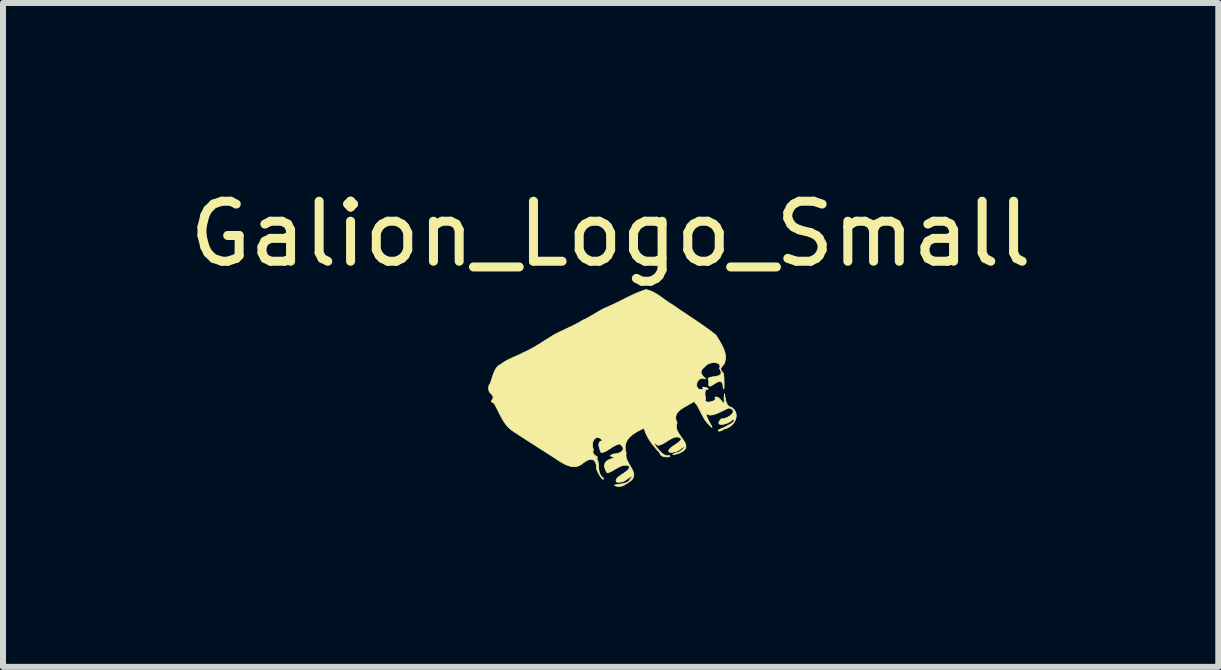
<source format=kicad_pcb>
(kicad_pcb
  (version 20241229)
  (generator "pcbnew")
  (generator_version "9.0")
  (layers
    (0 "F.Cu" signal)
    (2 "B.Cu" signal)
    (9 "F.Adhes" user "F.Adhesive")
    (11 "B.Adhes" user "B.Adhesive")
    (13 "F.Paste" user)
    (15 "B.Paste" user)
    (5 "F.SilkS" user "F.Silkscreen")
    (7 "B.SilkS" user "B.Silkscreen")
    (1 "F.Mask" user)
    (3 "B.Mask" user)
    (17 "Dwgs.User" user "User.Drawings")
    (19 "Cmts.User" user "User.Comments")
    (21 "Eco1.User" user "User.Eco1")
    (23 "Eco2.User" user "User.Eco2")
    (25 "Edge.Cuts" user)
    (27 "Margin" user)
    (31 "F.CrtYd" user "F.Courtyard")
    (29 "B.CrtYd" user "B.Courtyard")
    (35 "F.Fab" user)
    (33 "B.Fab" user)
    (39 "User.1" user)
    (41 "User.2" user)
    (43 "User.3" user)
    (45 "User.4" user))
  (footprint "Galion_Logo_Small"
    (layer "F.Cu")
    (at 7.112 4.188)
    (property "Reference" "Galion_Logo_Small" (at 0.013 -3.34 0) (layer "F.SilkS") (effects (font (size 1 1) (thickness 0.15))))
    (attr through_hole)
    (fp_poly (pts (xy 0.752 -0.697) (xy 0.751 -0.702) (xy 0.75 -0.707) (xy 0.751 -0.711) (xy 0.752 -0.714) (xy 0.754 -0.716) (xy 0.756 -0.718) (xy 0.759 -0.718) (xy 0.762 -0.719) (xy 0.765 -0.718) (xy 0.768 -0.717) (xy 0.772 -0.716) (xy 0.776 -0.714) (xy 0.783 -0.71) (xy 0.79 -0.705) (xy 0.796 -0.7) (xy 0.798 -0.697) (xy 0.8 -0.695) (xy 0.801 -0.693) (xy 0.801 -0.691) (xy 0.801 -0.689) (xy 0.8 -0.687) (xy 0.798 -0.687) (xy 0.795 -0.686) (xy 0.791 -0.686) (xy 0.785 -0.687) (xy 0.779 -0.688) (xy 0.771 -0.69) (xy 0.762 -0.693) (xy 0.752 -0.697) (xy 0.752 -0.697)) (stroke (width 0.012) (type solid)) (fill yes) (layer "F.SilkS"))
    (fp_poly (pts (xy 0.197 0.42) (xy 0.21 0.415) (xy 0.22 0.41) (xy 0.228 0.404) (xy 0.234 0.398) (xy 0.238 0.393) (xy 0.239 0.387) (xy 0.239 0.382) (xy 0.237 0.376) (xy 0.234 0.371) (xy 0.229 0.366) (xy 0.223 0.362) (xy 0.217 0.357) (xy 0.209 0.353) (xy 0.201 0.35) (xy 0.183 0.345) (xy 0.174 0.343) (xy 0.164 0.342) (xy 0.155 0.342) (xy 0.147 0.342) (xy 0.138 0.343) (xy 0.131 0.346) (xy 0.124 0.349) (xy 0.118 0.353) (xy 0.114 0.358) (xy 0.111 0.364) (xy 0.109 0.371) (xy 0.109 0.38) (xy 0.111 0.39) (xy 0.114 0.401) (xy 0.12 0.413) (xy 0.128 0.427) (xy 0.137 0.428) (xy 0.146 0.429) (xy 0.155 0.43) (xy 0.159 0.43) (xy 0.164 0.43) (xy 0.168 0.43) (xy 0.173 0.43) (xy 0.177 0.429) (xy 0.181 0.428) (xy 0.183 0.428) (xy 0.185 0.427) (xy 0.187 0.426) (xy 0.189 0.425) (xy 0.191 0.424) (xy 0.193 0.423) (xy 0.195 0.422) (xy 0.197 0.42)) (stroke (width 0.012) (type solid)) (fill yes) (layer "F.SilkS"))
    (fp_poly (pts (xy 0.707 -0.339) (xy 0.713 -0.338) (xy 0.719 -0.339) (xy 0.723 -0.339) (xy 0.727 -0.34) (xy 0.729 -0.342) (xy 0.731 -0.343) (xy 0.733 -0.345) (xy 0.733 -0.347) (xy 0.733 -0.35) (xy 0.733 -0.352) (xy 0.732 -0.355) (xy 0.731 -0.358) (xy 0.728 -0.364) (xy 0.724 -0.371) (xy 0.721 -0.378) (xy 0.718 -0.384) (xy 0.717 -0.388) (xy 0.717 -0.391) (xy 0.717 -0.394) (xy 0.717 -0.397) (xy 0.719 -0.4) (xy 0.72 -0.402) (xy 0.723 -0.405) (xy 0.727 -0.407) (xy 0.731 -0.408) (xy 0.736 -0.41) (xy 0.743 -0.411) (xy 0.75 -0.412) (xy 0.732 -0.413) (xy 0.712 -0.413) (xy 0.69 -0.412) (xy 0.667 -0.41) (xy 0.643 -0.407) (xy 0.621 -0.403) (xy 0.6 -0.398) (xy 0.582 -0.393) (xy 0.566 -0.386) (xy 0.56 -0.382) (xy 0.555 -0.378) (xy 0.551 -0.374) (xy 0.549 -0.37) (xy 0.547 -0.365) (xy 0.548 -0.36) (xy 0.55 -0.355) (xy 0.554 -0.35) (xy 0.559 -0.344) (xy 0.567 -0.338) (xy 0.576 -0.332) (xy 0.588 -0.326) (xy 0.602 -0.319) (xy 0.618 -0.312) (xy 0.621 -0.308) (xy 0.624 -0.304) (xy 0.626 -0.301) (xy 0.629 -0.298) (xy 0.631 -0.297) (xy 0.634 -0.296) (xy 0.636 -0.296) (xy 0.639 -0.296) (xy 0.641 -0.297) (xy 0.644 -0.298) (xy 0.646 -0.299) (xy 0.648 -0.301) (xy 0.653 -0.306) (xy 0.658 -0.312) (xy 0.668 -0.324) (xy 0.674 -0.33) (xy 0.676 -0.333) (xy 0.679 -0.335) (xy 0.682 -0.337) (xy 0.685 -0.339) (xy 0.689 -0.34) (xy 0.692 -0.341) (xy 0.695 -0.341) (xy 0.699 -0.341) (xy 0.703 -0.34) (xy 0.707 -0.339)) (stroke (width 0.012) (type solid)) (fill yes) (layer "F.SilkS"))
    (fp_poly (pts (xy -0.254 -0.177) (xy -0.263 -0.184) (xy -0.27 -0.191) (xy -0.274 -0.197) (xy -0.277 -0.202) (xy -0.279 -0.207) (xy -0.278 -0.211) (xy -0.277 -0.214) (xy -0.273 -0.217) (xy -0.269 -0.22) (xy -0.264 -0.222) (xy -0.251 -0.226) (xy -0.235 -0.229) (xy -0.217 -0.232) (xy -0.198 -0.234) (xy -0.18 -0.238) (xy -0.163 -0.242) (xy -0.155 -0.244) (xy -0.147 -0.247) (xy -0.141 -0.251) (xy -0.135 -0.255) (xy -0.131 -0.259) (xy -0.127 -0.264) (xy -0.125 -0.27) (xy -0.124 -0.277) (xy -0.125 -0.284) (xy -0.127 -0.292) (xy -0.115 -0.284) (xy -0.103 -0.278) (xy -0.093 -0.274) (xy -0.083 -0.271) (xy -0.075 -0.269) (xy -0.068 -0.269) (xy -0.062 -0.27) (xy -0.057 -0.272) (xy -0.053 -0.275) (xy -0.05 -0.279) (xy -0.048 -0.284) (xy -0.046 -0.289) (xy -0.046 -0.294) (xy -0.047 -0.3) (xy -0.048 -0.306) (xy -0.05 -0.312) (xy -0.053 -0.318) (xy -0.057 -0.324) (xy -0.062 -0.329) (xy -0.067 -0.334) (xy -0.073 -0.339) (xy -0.08 -0.343) (xy -0.087 -0.345) (xy -0.095 -0.347) (xy -0.104 -0.348) (xy -0.113 -0.348) (xy -0.123 -0.346) (xy -0.133 -0.343) (xy -0.144 -0.338) (xy -0.156 -0.332) (xy -0.167 -0.324) (xy -0.18 -0.313) (xy -0.253 -0.276) (xy -0.272 -0.266) (xy -0.289 -0.255) (xy -0.305 -0.245) (xy -0.318 -0.235) (xy -0.323 -0.231) (xy -0.328 -0.226) (xy -0.332 -0.221) (xy -0.334 -0.217) (xy -0.336 -0.212) (xy -0.336 -0.208) (xy -0.335 -0.204) (xy -0.332 -0.2) (xy -0.329 -0.196) (xy -0.323 -0.193) (xy -0.316 -0.189) (xy -0.308 -0.186) (xy -0.297 -0.183) (xy -0.285 -0.181) (xy -0.271 -0.179) (xy -0.254 -0.177)) (stroke (width 0.012) (type solid)) (fill yes) (layer "F.SilkS"))
    (fp_poly (pts (xy 1.461 -1.119) (xy 1.477 -1.127) (xy 1.5 -1.139) (xy 1.512 -1.146) (xy 1.523 -1.154) (xy 1.535 -1.161) (xy 1.545 -1.169) (xy 1.554 -1.176) (xy 1.56 -1.183) (xy 1.562 -1.186) (xy 1.564 -1.189) (xy 1.565 -1.191) (xy 1.565 -1.194) (xy 1.564 -1.196) (xy 1.562 -1.198) (xy 1.559 -1.199) (xy 1.555 -1.2) (xy 1.55 -1.201) (xy 1.543 -1.201) (xy 1.536 -1.201) (xy 1.527 -1.2) (xy 1.557 -1.218) (xy 1.576 -1.232) (xy 1.582 -1.237) (xy 1.585 -1.241) (xy 1.586 -1.245) (xy 1.585 -1.247) (xy 1.583 -1.249) (xy 1.579 -1.25) (xy 1.566 -1.249) (xy 1.55 -1.247) (xy 1.531 -1.242) (xy 1.511 -1.235) (xy 1.492 -1.227) (xy 1.474 -1.218) (xy 1.459 -1.209) (xy 1.454 -1.204) (xy 1.449 -1.2) (xy 1.447 -1.195) (xy 1.446 -1.191) (xy 1.447 -1.186) (xy 1.45 -1.182) (xy 1.455 -1.178) (xy 1.463 -1.175) (xy 1.475 -1.175) (xy 1.479 -1.174) (xy 1.48 -1.173) (xy 1.481 -1.172) (xy 1.479 -1.171) (xy 1.474 -1.169) (xy 1.423 -1.153) (xy 1.409 -1.147) (xy 1.397 -1.142) (xy 1.387 -1.136) (xy 1.383 -1.133) (xy 1.381 -1.13) (xy 1.379 -1.126) (xy 1.379 -1.123) (xy 1.381 -1.12) (xy 1.384 -1.117) (xy 1.388 -1.113) (xy 1.395 -1.11) (xy 1.403 -1.106) (xy 1.414 -1.103) (xy 1.417 -1.103) (xy 1.42 -1.102) (xy 1.423 -1.102) (xy 1.427 -1.102) (xy 1.43 -1.102) (xy 1.434 -1.102) (xy 1.437 -1.103) (xy 1.44 -1.104) (xy 1.444 -1.104) (xy 1.447 -1.106) (xy 1.448 -1.106) (xy 1.45 -1.107) (xy 1.451 -1.108) (xy 1.453 -1.109) (xy 1.454 -1.11) (xy 1.455 -1.111) (xy 1.456 -1.112) (xy 1.457 -1.113) (xy 1.458 -1.115) (xy 1.459 -1.116) (xy 1.46 -1.117) (xy 1.461 -1.119)) (stroke (width 0.012) (type solid)) (fill yes) (layer "F.SilkS"))
    (fp_poly (pts (xy 0 0) (xy -0.008 -0.006) (xy -0.015 -0.012) (xy -0.021 -0.017) (xy -0.027 -0.022) (xy -0.031 -0.027) (xy -0.035 -0.031) (xy -0.039 -0.035) (xy -0.041 -0.039) (xy -0.043 -0.042) (xy -0.044 -0.045) (xy -0.045 -0.047) (xy -0.045 -0.05) (xy -0.045 -0.051) (xy -0.044 -0.053) (xy -0.043 -0.054) (xy -0.041 -0.055) (xy -0.039 -0.056) (xy -0.036 -0.057) (xy -0.033 -0.057) (xy -0.03 -0.057) (xy -0.026 -0.057) (xy -0.022 -0.056) (xy -0.013 -0.055) (xy -0.004 -0.052) (xy 0.007 -0.049) (xy 0.018 -0.045) (xy 0.029 -0.041) (xy 0.038 -0.048) (xy 0.048 -0.055) (xy 0.058 -0.063) (xy 0.067 -0.071) (xy 0.076 -0.08) (xy 0.085 -0.089) (xy 0.089 -0.094) (xy 0.092 -0.099) (xy 0.095 -0.104) (xy 0.098 -0.109) (xy 0.1 -0.114) (xy 0.102 -0.119) (xy 0.103 -0.125) (xy 0.104 -0.13) (xy 0.104 -0.135) (xy 0.104 -0.141) (xy 0.103 -0.146) (xy 0.101 -0.151) (xy 0.098 -0.157) (xy 0.095 -0.162) (xy 0.091 -0.168) (xy 0.086 -0.173) (xy 0.081 -0.179) (xy 0.074 -0.184) (xy 0.066 -0.189) (xy 0.058 -0.195) (xy 0.057 -0.205) (xy 0.055 -0.215) (xy 0.052 -0.222) (xy 0.048 -0.229) (xy 0.042 -0.234) (xy 0.035 -0.238) (xy 0.028 -0.241) (xy 0.019 -0.243) (xy 0.01 -0.244) (xy -0.000351 -0.244) (xy -0.011 -0.243) (xy -0.022 -0.241) (xy -0.034 -0.238) (xy -0.046 -0.235) (xy -0.059 -0.231) (xy -0.072 -0.226) (xy -0.098 -0.215) (xy -0.124 -0.202) (xy -0.149 -0.188) (xy -0.173 -0.173) (xy -0.195 -0.157) (xy -0.215 -0.141) (xy -0.232 -0.126) (xy -0.238 -0.119) (xy -0.244 -0.112) (xy -0.23 -0.078) (xy -0.223 -0.064) (xy -0.217 -0.05) (xy -0.21 -0.038) (xy -0.203 -0.027) (xy -0.199 -0.021) (xy -0.196 -0.017) (xy -0.192 -0.012) (xy -0.187 -0.008) (xy -0.183 -0.005) (xy -0.178 -0.002) (xy -0.173 0.001) (xy -0.167 0.004) (xy -0.161 0.006) (xy -0.155 0.008) (xy -0.148 0.009) (xy -0.141 0.01) (xy -0.133 0.011) (xy -0.124 0.011) (xy -0.115 0.011) (xy -0.106 0.011) (xy -0.096 0.01) (xy -0.085 0.008) (xy -0.074 0.006) (xy -0.061 0.004) (xy -0.03 0.003) (xy 0 -0.000001) (xy 0 0)) (stroke (width 0.012) (type solid)) (fill yes) (layer "F.SilkS"))
    (fp_poly (pts (xy 0.723 -0.466) (xy 0.728 -0.467) (xy 0.734 -0.469) (xy 0.746 -0.474) (xy 0.758 -0.48) (xy 0.772 -0.487) (xy 0.831 -0.521) (xy 0.848 -0.53) (xy 0.865 -0.538) (xy 0.882 -0.546) (xy 0.9 -0.553) (xy 0.918 -0.559) (xy 0.927 -0.562) (xy 0.936 -0.564) (xy 0.946 -0.566) (xy 0.955 -0.568) (xy 0.965 -0.569) (xy 0.975 -0.57) (xy 0.975 -0.581) (xy 0.974 -0.592) (xy 0.973 -0.602) (xy 0.972 -0.611) (xy 0.97 -0.62) (xy 0.968 -0.629) (xy 0.966 -0.637) (xy 0.963 -0.645) (xy 0.96 -0.652) (xy 0.956 -0.659) (xy 0.953 -0.666) (xy 0.949 -0.672) (xy 0.944 -0.678) (xy 0.94 -0.684) (xy 0.935 -0.689) (xy 0.93 -0.694) (xy 0.92 -0.704) (xy 0.909 -0.713) (xy 0.898 -0.721) (xy 0.886 -0.729) (xy 0.839 -0.759) (xy 0.838 -0.773) (xy 0.836 -0.786) (xy 0.832 -0.796) (xy 0.828 -0.805) (xy 0.822 -0.812) (xy 0.815 -0.817) (xy 0.807 -0.82) (xy 0.799 -0.823) (xy 0.789 -0.823) (xy 0.779 -0.823) (xy 0.768 -0.821) (xy 0.756 -0.818) (xy 0.744 -0.815) (xy 0.731 -0.81) (xy 0.718 -0.804) (xy 0.704 -0.798) (xy 0.676 -0.783) (xy 0.647 -0.767) (xy 0.618 -0.749) (xy 0.59 -0.731) (xy 0.536 -0.695) (xy 0.511 -0.68) (xy 0.489 -0.667) (xy 0.484 -0.657) (xy 0.48 -0.649) (xy 0.477 -0.642) (xy 0.476 -0.636) (xy 0.475 -0.63) (xy 0.476 -0.626) (xy 0.477 -0.623) (xy 0.479 -0.621) (xy 0.482 -0.619) (xy 0.486 -0.618) (xy 0.49 -0.617) (xy 0.494 -0.617) (xy 0.504 -0.617) (xy 0.514 -0.618) (xy 0.524 -0.618) (xy 0.533 -0.618) (xy 0.537 -0.618) (xy 0.541 -0.617) (xy 0.544 -0.615) (xy 0.546 -0.613) (xy 0.547 -0.61) (xy 0.548 -0.606) (xy 0.547 -0.601) (xy 0.546 -0.595) (xy 0.543 -0.589) (xy 0.539 -0.58) (xy 0.534 -0.571) (xy 0.527 -0.56) (xy 0.573 -0.531) (xy 0.583 -0.525) (xy 0.591 -0.52) (xy 0.598 -0.517) (xy 0.604 -0.514) (xy 0.606 -0.514) (xy 0.608 -0.514) (xy 0.609 -0.514) (xy 0.61 -0.515) (xy 0.611 -0.517) (xy 0.611 -0.518) (xy 0.61 -0.521) (xy 0.609 -0.524) (xy 0.605 -0.532) (xy 0.599 -0.542) (xy 0.59 -0.555) (xy 0.579 -0.571) (xy 0.587 -0.574) (xy 0.595 -0.576) (xy 0.602 -0.577) (xy 0.609 -0.577) (xy 0.615 -0.576) (xy 0.62 -0.575) (xy 0.625 -0.572) (xy 0.63 -0.57) (xy 0.634 -0.566) (xy 0.638 -0.562) (xy 0.641 -0.557) (xy 0.644 -0.553) (xy 0.646 -0.547) (xy 0.649 -0.542) (xy 0.652 -0.53) (xy 0.655 -0.518) (xy 0.657 -0.506) (xy 0.661 -0.485) (xy 0.662 -0.477) (xy 0.664 -0.471) (xy 0.665 -0.469) (xy 0.666 -0.467) (xy 0.668 -0.467) (xy 0.67 -0.467) (xy 0.702 -0.474) (xy 0.723 -0.466)) (stroke (width 0.012) (type solid)) (fill yes) (layer "F.SilkS"))
    (fp_poly (pts (xy 1.017 -0.021) (xy 1.021 -0.025) (xy 1.024 -0.028) (xy 1.028 -0.03) (xy 1.032 -0.031) (xy 1.036 -0.032) (xy 1.041 -0.032) (xy 1.045 -0.031) (xy 1.05 -0.031) (xy 1.055 -0.029) (xy 1.06 -0.028) (xy 1.069 -0.024) (xy 1.087 -0.017) (xy 1.095 -0.014) (xy 1.098 -0.013) (xy 1.101 -0.013) (xy 1.103 -0.013) (xy 1.105 -0.014) (xy 1.107 -0.015) (xy 1.108 -0.018) (xy 1.109 -0.021) (xy 1.109 -0.025) (xy 1.108 -0.03) (xy 1.107 -0.036) (xy 1.105 -0.043) (xy 1.102 -0.051) (xy 1.098 -0.061) (xy 1.094 -0.072) (xy 1.092 -0.109) (xy 1.089 -0.157) (xy 1.083 -0.213) (xy 1.075 -0.268) (xy 1.071 -0.294) (xy 1.066 -0.318) (xy 1.061 -0.34) (xy 1.055 -0.357) (xy 1.049 -0.371) (xy 1.046 -0.376) (xy 1.043 -0.38) (xy 1.04 -0.382) (xy 1.036 -0.383) (xy 1.033 -0.382) (xy 1.029 -0.379) (xy 1.025 -0.368) (xy 1.019 -0.358) (xy 1.012 -0.349) (xy 1.005 -0.34) (xy 0.997 -0.333) (xy 0.988 -0.326) (xy 0.978 -0.319) (xy 0.968 -0.313) (xy 0.946 -0.303) (xy 0.923 -0.293) (xy 0.875 -0.276) (xy 0.851 -0.267) (xy 0.828 -0.256) (xy 0.817 -0.251) (xy 0.807 -0.245) (xy 0.797 -0.238) (xy 0.787 -0.231) (xy 0.778 -0.223) (xy 0.77 -0.215) (xy 0.763 -0.205) (xy 0.757 -0.195) (xy 0.752 -0.184) (xy 0.747 -0.172) (xy 0.744 -0.158) (xy 0.742 -0.144) (xy 0.734 -0.131) (xy 0.728 -0.12) (xy 0.725 -0.109) (xy 0.723 -0.099) (xy 0.723 -0.09) (xy 0.725 -0.082) (xy 0.728 -0.075) (xy 0.733 -0.069) (xy 0.738 -0.063) (xy 0.745 -0.059) (xy 0.753 -0.055) (xy 0.761 -0.052) (xy 0.77 -0.049) (xy 0.78 -0.048) (xy 0.79 -0.047) (xy 0.8 -0.047) (xy 0.811 -0.048) (xy 0.821 -0.049) (xy 0.831 -0.051) (xy 0.841 -0.053) (xy 0.851 -0.057) (xy 0.86 -0.06) (xy 0.868 -0.065) (xy 0.875 -0.07) (xy 0.882 -0.075) (xy 0.887 -0.081) (xy 0.891 -0.088) (xy 0.893 -0.095) (xy 0.895 -0.102) (xy 0.894 -0.11) (xy 0.891 -0.119) (xy 0.887 -0.127) (xy 0.892 -0.128) (xy 0.897 -0.128) (xy 0.902 -0.128) (xy 0.905 -0.127) (xy 0.909 -0.126) (xy 0.912 -0.124) (xy 0.915 -0.122) (xy 0.917 -0.12) (xy 0.92 -0.117) (xy 0.922 -0.115) (xy 0.924 -0.112) (xy 0.925 -0.109) (xy 0.933 -0.096) (xy 0.937 -0.089) (xy 0.939 -0.086) (xy 0.942 -0.082) (xy 0.945 -0.079) (xy 0.948 -0.076) (xy 0.952 -0.073) (xy 0.956 -0.071) (xy 0.961 -0.068) (xy 0.966 -0.066) (xy 0.972 -0.065) (xy 0.978 -0.063) (xy 0.985 -0.062) (xy 0.992 -0.061) (xy 1.001 -0.061) (xy 1.01 -0.061) (xy 1.01 -0.062) (xy 1.009 -0.061) (xy 1.008 -0.059) (xy 1.007 -0.055) (xy 1.005 -0.05) (xy 1.002 -0.037) (xy 1.001 -0.031) (xy 0.999 -0.024) (xy 0.999 -0.018) (xy 0.999 -0.013) (xy 0.999 -0.011) (xy 0.999 -0.009) (xy 1 -0.008) (xy 1.001 -0.007) (xy 1.002 -0.007) (xy 1.003 -0.007) (xy 1.005 -0.007) (xy 1.007 -0.009) (xy 1.009 -0.011) (xy 1.011 -0.013) (xy 1.014 -0.017) (xy 1.017 -0.021)) (stroke (width 0.012) (type solid)) (fill yes) (layer "F.SilkS"))
    (fp_poly (pts (xy 0.116 0.864) (xy 0.093 0.857) (xy 0.086 0.854) (xy 0.081 0.852) (xy 0.079 0.85) (xy 0.078 0.848) (xy 0.079 0.846) (xy 0.083 0.844) (xy 0.094 0.841) (xy 0.111 0.838) (xy 0.156 0.831) (xy 0.182 0.827) (xy 0.21 0.823) (xy 0.237 0.817) (xy 0.262 0.81) (xy 0.274 0.805) (xy 0.285 0.801) (xy 0.296 0.796) (xy 0.305 0.79) (xy 0.313 0.784) (xy 0.319 0.777) (xy 0.324 0.77) (xy 0.328 0.762) (xy 0.348 0.737) (xy 0.362 0.718) (xy 0.366 0.71) (xy 0.37 0.705) (xy 0.372 0.7) (xy 0.372 0.697) (xy 0.372 0.695) (xy 0.371 0.694) (xy 0.371 0.694) (xy 0.368 0.694) (xy 0.365 0.694) (xy 0.36 0.696) (xy 0.356 0.699) (xy 0.344 0.706) (xy 0.232 0.783) (xy 0.212 0.788) (xy 0.186 0.793) (xy 0.173 0.796) (xy 0.159 0.797) (xy 0.146 0.798) (xy 0.134 0.798) (xy 0.129 0.797) (xy 0.123 0.796) (xy 0.119 0.795) (xy 0.115 0.793) (xy 0.111 0.79) (xy 0.108 0.788) (xy 0.106 0.784) (xy 0.104 0.78) (xy 0.103 0.776) (xy 0.104 0.771) (xy 0.105 0.765) (xy 0.106 0.758) (xy 0.109 0.751) (xy 0.113 0.743) (xy 0.119 0.735) (xy 0.125 0.725) (xy 0.142 0.71) (xy 0.16 0.697) (xy 0.178 0.683) (xy 0.197 0.67) (xy 0.234 0.646) (xy 0.252 0.634) (xy 0.268 0.622) (xy 0.283 0.61) (xy 0.296 0.598) (xy 0.307 0.587) (xy 0.312 0.581) (xy 0.316 0.575) (xy 0.319 0.569) (xy 0.321 0.562) (xy 0.323 0.556) (xy 0.323 0.55) (xy 0.323 0.543) (xy 0.322 0.537) (xy 0.32 0.53) (xy 0.317 0.524) (xy 0.304 0.519) (xy 0.292 0.516) (xy 0.279 0.514) (xy 0.266 0.513) (xy 0.253 0.513) (xy 0.241 0.515) (xy 0.228 0.516) (xy 0.216 0.519) (xy 0.203 0.523) (xy 0.191 0.527) (xy 0.167 0.537) (xy 0.143 0.548) (xy 0.119 0.561) (xy 0.031 0.613) (xy 0.01 0.623) (xy -0.01 0.632) (xy -0.019 0.635) (xy -0.028 0.637) (xy -0.037 0.639) (xy -0.046 0.639) (xy -0.057 0.621) (xy -0.067 0.603) (xy -0.075 0.585) (xy -0.078 0.576) (xy -0.081 0.567) (xy -0.084 0.559) (xy -0.086 0.55) (xy -0.087 0.542) (xy -0.088 0.533) (xy -0.089 0.525) (xy -0.089 0.517) (xy -0.088 0.509) (xy -0.087 0.502) (xy -0.085 0.494) (xy -0.082 0.487) (xy -0.079 0.479) (xy -0.075 0.472) (xy -0.071 0.466) (xy -0.066 0.459) (xy -0.06 0.453) (xy -0.053 0.446) (xy -0.046 0.441) (xy -0.037 0.435) (xy -0.029 0.429) (xy -0.019 0.424) (xy -0.008 0.419) (xy 0.003 0.415) (xy 0.015 0.41) (xy 0.029 0.406) (xy 0.049 0.399) (xy 0.056 0.396) (xy 0.061 0.393) (xy 0.064 0.39) (xy 0.066 0.388) (xy 0.067 0.385) (xy 0.066 0.383) (xy 0.064 0.381) (xy 0.061 0.38) (xy 0.054 0.376) (xy 0.034 0.37) (xy 0.024 0.367) (xy 0.016 0.363) (xy 0.013 0.361) (xy 0.011 0.359) (xy 0.01 0.357) (xy 0.01 0.355) (xy 0.012 0.352) (xy 0.015 0.349) (xy 0.019 0.346) (xy 0.026 0.342) (xy 0.044 0.334) (xy 0.072 0.325) (xy 0.092 0.324) (xy 0.112 0.321) (xy 0.132 0.317) (xy 0.15 0.311) (xy 0.159 0.307) (xy 0.168 0.304) (xy 0.176 0.3) (xy 0.183 0.295) (xy 0.19 0.29) (xy 0.196 0.285) (xy 0.202 0.28) (xy 0.207 0.275) (xy 0.212 0.269) (xy 0.215 0.263) (xy 0.218 0.257) (xy 0.22 0.25) (xy 0.221 0.243) (xy 0.222 0.236) (xy 0.221 0.229) (xy 0.219 0.222) (xy 0.216 0.215) (xy 0.212 0.207) (xy 0.207 0.199) (xy 0.2 0.191) (xy 0.193 0.184) (xy 0.184 0.175) (xy 0.174 0.167) (xy 0.162 0.159) (xy 0.151 0.161) (xy 0.141 0.164) (xy 0.13 0.167) (xy 0.12 0.171) (xy 0.099 0.18) (xy 0.078 0.19) (xy 0.057 0.202) (xy 0.037 0.215) (xy -0.003 0.241) (xy -0.022 0.254) (xy -0.042 0.266) (xy -0.061 0.276) (xy -0.079 0.286) (xy -0.088 0.29) (xy -0.097 0.293) (xy -0.106 0.296) (xy -0.115 0.298) (xy -0.123 0.299) (xy -0.132 0.3) (xy -0.14 0.3) (xy -0.149 0.299) (xy -0.16 0.27) (xy -0.17 0.239) (xy -0.175 0.223) (xy -0.179 0.208) (xy -0.182 0.193) (xy -0.183 0.178) (xy -0.183 0.171) (xy -0.183 0.165) (xy -0.183 0.158) (xy -0.182 0.152) (xy -0.18 0.146) (xy -0.178 0.14) (xy -0.175 0.135) (xy -0.172 0.129) (xy -0.168 0.125) (xy -0.163 0.12) (xy -0.158 0.117) (xy -0.152 0.113) (xy -0.145 0.11) (xy -0.138 0.108) (xy -0.129 0.106) (xy -0.12 0.104) (xy -0.13 0.092) (xy -0.141 0.082) (xy -0.151 0.073) (xy -0.161 0.066) (xy -0.171 0.06) (xy -0.18 0.056) (xy -0.19 0.053) (xy -0.199 0.052) (xy -0.208 0.052) (xy -0.216 0.053) (xy -0.224 0.055) (xy -0.232 0.058) (xy -0.24 0.062) (xy -0.247 0.068) (xy -0.254 0.074) (xy -0.26 0.081) (xy -0.266 0.089) (xy -0.271 0.097) (xy -0.276 0.106) (xy -0.28 0.116) (xy -0.283 0.126) (xy -0.286 0.137) (xy -0.288 0.148) (xy -0.29 0.159) (xy -0.291 0.17) (xy -0.291 0.182) (xy -0.29 0.194) (xy -0.288 0.206) (xy -0.286 0.218) (xy -0.283 0.23) (xy -0.279 0.242) (xy -0.274 0.254) (xy -0.278 0.265) (xy -0.28 0.275) (xy -0.282 0.284) (xy -0.282 0.293) (xy -0.282 0.301) (xy -0.28 0.309) (xy -0.278 0.315) (xy -0.275 0.322) (xy -0.271 0.327) (xy -0.267 0.333) (xy -0.263 0.338) (xy -0.258 0.342) (xy -0.248 0.35) (xy -0.238 0.357) (xy -0.228 0.364) (xy -0.219 0.369) (xy -0.215 0.372) (xy -0.212 0.375) (xy -0.21 0.378) (xy -0.208 0.382) (xy -0.207 0.385) (xy -0.208 0.388) (xy -0.209 0.392) (xy -0.211 0.396) (xy -0.214 0.4) (xy -0.219 0.405) (xy -0.225 0.41) (xy -0.233 0.416) (xy -0.226 0.415) (xy -0.22 0.416) (xy -0.215 0.418) (xy -0.21 0.421) (xy -0.206 0.426) (xy -0.203 0.432) (xy -0.2 0.439) (xy -0.198 0.447) (xy -0.195 0.466) (xy -0.192 0.488) (xy -0.188 0.539) (xy -0.186 0.565) (xy -0.183 0.593) (xy -0.178 0.619) (xy -0.174 0.632) (xy -0.171 0.645) (xy -0.166 0.657) (xy -0.161 0.669) (xy -0.155 0.679) (xy -0.149 0.69) (xy -0.141 0.699) (xy -0.132 0.708) (xy -0.123 0.715) (xy -0.112 0.722) (xy -0.11 0.73) (xy -0.108 0.737) (xy -0.108 0.743) (xy -0.109 0.746) (xy -0.11 0.748) (xy -0.113 0.749) (xy -0.116 0.748) (xy -0.119 0.746) (xy -0.123 0.742) (xy -0.128 0.738) (xy -0.139 0.726) (xy -0.15 0.711) (xy -0.163 0.693) (xy -0.175 0.673) (xy -0.188 0.653) (xy -0.199 0.631) (xy -0.208 0.61) (xy -0.216 0.59) (xy -0.219 0.581) (xy -0.221 0.572) (xy -0.222 0.564) (xy -0.223 0.556) (xy -0.223 0.549) (xy -0.221 0.544) (xy -0.223 0.528) (xy -0.226 0.513) (xy -0.229 0.499) (xy -0.232 0.487) (xy -0.236 0.476) (xy -0.24 0.465) (xy -0.245 0.456) (xy -0.251 0.448) (xy -0.256 0.441) (xy -0.262 0.435) (xy -0.269 0.43) (xy -0.275 0.426) (xy -0.282 0.422) (xy -0.29 0.42) (xy -0.297 0.418) (xy -0.305 0.417) (xy -0.313 0.417) (xy -0.322 0.417) (xy -0.33 0.418) (xy -0.339 0.42) (xy -0.348 0.422) (xy -0.357 0.425) (xy -0.366 0.429) (xy -0.375 0.433) (xy -0.384 0.437) (xy -0.394 0.442) (xy -0.412 0.453) (xy -0.431 0.466) (xy -0.45 0.48) (xy -0.465 0.492) (xy -0.48 0.503) (xy -0.495 0.512) (xy -0.51 0.52) (xy -0.526 0.526) (xy -0.542 0.531) (xy -0.557 0.535) (xy -0.573 0.537) (xy -0.589 0.538) (xy -0.604 0.538) (xy -0.62 0.537) (xy -0.636 0.535) (xy -0.652 0.532) (xy -0.668 0.528) (xy -0.683 0.524) (xy -0.699 0.518) (xy -0.73 0.506) (xy -0.761 0.491) (xy -0.792 0.474) (xy -0.822 0.456) (xy -0.88 0.419) (xy -0.934 0.383) (xy -1.275 0.165) (xy -1.446 0.055) (xy -1.615 -0.055) (xy -1.63 -0.066) (xy -1.645 -0.077) (xy -1.659 -0.089) (xy -1.673 -0.101) (xy -1.686 -0.113) (xy -1.699 -0.126) (xy -1.722 -0.153) (xy -1.744 -0.181) (xy -1.764 -0.21) (xy -1.783 -0.24) (xy -1.8 -0.271) (xy -1.817 -0.302) (xy -1.834 -0.334) (xy -1.865 -0.397) (xy -1.897 -0.46) (xy -1.914 -0.491) (xy -1.931 -0.52) (xy -1.941 -0.524) (xy -1.949 -0.527) (xy -1.956 -0.531) (xy -1.961 -0.534) (xy -1.965 -0.537) (xy -1.969 -0.541) (xy -1.971 -0.544) (xy -1.972 -0.547) (xy -1.972 -0.551) (xy -1.972 -0.554) (xy -1.971 -0.558) (xy -1.97 -0.562) (xy -1.966 -0.569) (xy -1.961 -0.577) (xy -1.955 -0.586) (xy -1.95 -0.596) (xy -1.949 -0.601) (xy -1.947 -0.606) (xy -1.946 -0.612) (xy -1.946 -0.618) (xy -1.946 -0.624) (xy -1.947 -0.63) (xy -1.949 -0.637) (xy -1.953 -0.644) (xy -1.957 -0.652) (xy -1.962 -0.659) (xy -1.969 -0.667) (xy -1.977 -0.676) (xy -1.982 -0.68) (xy -1.988 -0.684) (xy -1.992 -0.689) (xy -1.997 -0.694) (xy -2 -0.699) (xy -2.004 -0.705) (xy -2.007 -0.711) (xy -2.01 -0.716) (xy -2.012 -0.722) (xy -2.014 -0.728) (xy -2.016 -0.734) (xy -2.017 -0.741) (xy -2.019 -0.753) (xy -2.02 -0.765) (xy -2.02 -0.777) (xy -2.019 -0.788) (xy -2.017 -0.799) (xy -2.015 -0.808) (xy -2.013 -0.816) (xy -2.01 -0.823) (xy -2.006 -0.828) (xy -2.005 -0.83) (xy -2.003 -0.831) (xy -1.996 -0.844) (xy -1.988 -0.861) (xy -1.981 -0.88) (xy -1.974 -0.902) (xy -1.959 -0.951) (xy -1.95 -0.978) (xy -1.941 -1.004) (xy -1.93 -1.031) (xy -1.919 -1.057) (xy -1.906 -1.081) (xy -1.899 -1.093) (xy -1.892 -1.104) (xy -1.884 -1.114) (xy -1.876 -1.124) (xy -1.868 -1.133) (xy -1.859 -1.141) (xy -1.849 -1.149) (xy -1.839 -1.155) (xy -1.829 -1.161) (xy -1.818 -1.165) (xy -1.798 -1.181) (xy -1.776 -1.196) (xy -1.754 -1.21) (xy -1.731 -1.224) (xy -1.708 -1.237) (xy -1.684 -1.249) (xy -1.634 -1.272) (xy -1.534 -1.316) (xy -1.485 -1.339) (xy -1.461 -1.351) (xy -1.438 -1.364) (xy -1.405 -1.378) (xy -1.373 -1.393) (xy -1.341 -1.41) (xy -1.31 -1.426) (xy -1.248 -1.461) (xy -1.187 -1.498) (xy -1.067 -1.574) (xy -1.007 -1.612) (xy -0.947 -1.649) (xy -0.917 -1.666) (xy -0.886 -1.682) (xy -0.824 -1.713) (xy -0.699 -1.772) (xy -0.637 -1.801) (xy -0.575 -1.832) (xy -0.545 -1.848) (xy -0.515 -1.864) (xy -0.486 -1.881) (xy -0.457 -1.899) (xy -0.43 -1.911) (xy -0.403 -1.924) (xy -0.377 -1.938) (xy -0.351 -1.952) (xy -0.299 -1.982) (xy -0.248 -2.012) (xy -0.197 -2.043) (xy -0.146 -2.072) (xy -0.12 -2.086) (xy -0.094 -2.098) (xy -0.067 -2.111) (xy -0.04 -2.122) (xy 0.04 -2.158) (xy 0.119 -2.196) (xy 0.277 -2.275) (xy 0.356 -2.314) (xy 0.436 -2.35) (xy 0.477 -2.367) (xy 0.517 -2.383) (xy 0.559 -2.398) (xy 0.6 -2.412) (xy 0.616 -2.409) (xy 0.632 -2.405) (xy 0.663 -2.395) (xy 0.694 -2.383) (xy 0.724 -2.369) (xy 0.753 -2.354) (xy 0.781 -2.337) (xy 0.809 -2.319) (xy 0.837 -2.3) (xy 0.947 -2.222) (xy 0.974 -2.203) (xy 1.002 -2.184) (xy 1.03 -2.166) (xy 1.058 -2.15) (xy 1.146 -2.088) (xy 1.236 -2.028) (xy 1.415 -1.908) (xy 1.504 -1.847) (xy 1.593 -1.786) (xy 1.68 -1.722) (xy 1.765 -1.656) (xy 1.796 -1.608) (xy 1.828 -1.556) (xy 1.844 -1.529) (xy 1.859 -1.502) (xy 1.873 -1.475) (xy 1.887 -1.447) (xy 1.898 -1.419) (xy 1.909 -1.39) (xy 1.917 -1.362) (xy 1.923 -1.334) (xy 1.925 -1.32) (xy 1.926 -1.306) (xy 1.927 -1.292) (xy 1.927 -1.278) (xy 1.926 -1.264) (xy 1.925 -1.25) (xy 1.922 -1.236) (xy 1.919 -1.222) (xy 1.918 -1.213) (xy 1.916 -1.205) (xy 1.914 -1.197) (xy 1.911 -1.19) (xy 1.908 -1.183) (xy 1.904 -1.176) (xy 1.9 -1.17) (xy 1.896 -1.163) (xy 1.887 -1.152) (xy 1.878 -1.142) (xy 1.869 -1.132) (xy 1.862 -1.122) (xy 1.858 -1.117) (xy 1.855 -1.112) (xy 1.853 -1.107) (xy 1.851 -1.102) (xy 1.849 -1.097) (xy 1.848 -1.092) (xy 1.848 -1.086) (xy 1.849 -1.081) (xy 1.851 -1.074) (xy 1.853 -1.068) (xy 1.857 -1.061) (xy 1.861 -1.054) (xy 1.867 -1.047) (xy 1.874 -1.039) (xy 1.882 -1.03) (xy 1.891 -1.021) (xy 1.894 -1.007) (xy 1.897 -0.986) (xy 1.901 -0.934) (xy 1.903 -0.875) (xy 1.903 -0.819) (xy 1.902 -0.776) (xy 1.9 -0.763) (xy 1.899 -0.759) (xy 1.898 -0.757) (xy 1.896 -0.758) (xy 1.895 -0.76) (xy 1.891 -0.773) (xy 1.887 -0.796) (xy 1.882 -0.832) (xy 1.877 -0.848) (xy 1.872 -0.86) (xy 1.865 -0.869) (xy 1.858 -0.876) (xy 1.849 -0.881) (xy 1.841 -0.883) (xy 1.831 -0.884) (xy 1.821 -0.883) (xy 1.811 -0.88) (xy 1.8 -0.876) (xy 1.778 -0.865) (xy 1.756 -0.852) (xy 1.734 -0.838) (xy 1.713 -0.824) (xy 1.694 -0.813) (xy 1.686 -0.808) (xy 1.678 -0.805) (xy 1.67 -0.804) (xy 1.664 -0.804) (xy 1.658 -0.805) (xy 1.654 -0.809) (xy 1.65 -0.815) (xy 1.648 -0.824) (xy 1.647 -0.835) (xy 1.647 -0.849) (xy 1.649 -0.867) (xy 1.652 -0.887) (xy 1.644 -0.898) (xy 1.64 -0.908) (xy 1.638 -0.917) (xy 1.638 -0.924) (xy 1.64 -0.931) (xy 1.645 -0.936) (xy 1.651 -0.941) (xy 1.659 -0.945) (xy 1.668 -0.948) (xy 1.678 -0.951) (xy 1.701 -0.956) (xy 1.754 -0.964) (xy 1.781 -0.969) (xy 1.805 -0.976) (xy 1.816 -0.98) (xy 1.826 -0.985) (xy 1.835 -0.991) (xy 1.842 -0.998) (xy 1.848 -1.006) (xy 1.852 -1.015) (xy 1.854 -1.025) (xy 1.853 -1.037) (xy 1.851 -1.05) (xy 1.845 -1.065) (xy 1.837 -1.081) (xy 1.826 -1.099) (xy 1.831 -1.11) (xy 1.834 -1.12) (xy 1.835 -1.13) (xy 1.835 -1.139) (xy 1.834 -1.147) (xy 1.831 -1.155) (xy 1.827 -1.162) (xy 1.822 -1.168) (xy 1.816 -1.174) (xy 1.808 -1.179) (xy 1.8 -1.183) (xy 1.791 -1.187) (xy 1.782 -1.19) (xy 1.771 -1.192) (xy 1.761 -1.194) (xy 1.749 -1.195) (xy 1.738 -1.195) (xy 1.726 -1.195) (xy 1.714 -1.195) (xy 1.702 -1.193) (xy 1.69 -1.191) (xy 1.678 -1.188) (xy 1.666 -1.185) (xy 1.654 -1.181) (xy 1.643 -1.176) (xy 1.632 -1.171) (xy 1.622 -1.165) (xy 1.613 -1.159) (xy 1.604 -1.152) (xy 1.596 -1.144) (xy 1.589 -1.136) (xy 1.583 -1.127) (xy 1.573 -1.12) (xy 1.565 -1.112) (xy 1.557 -1.105) (xy 1.55 -1.098) (xy 1.544 -1.091) (xy 1.538 -1.085) (xy 1.534 -1.078) (xy 1.53 -1.072) (xy 1.526 -1.065) (xy 1.524 -1.059) (xy 1.522 -1.053) (xy 1.52 -1.047) (xy 1.52 -1.041) (xy 1.52 -1.035) (xy 1.52 -1.029) (xy 1.521 -1.023) (xy 1.523 -1.018) (xy 1.525 -1.012) (xy 1.527 -1.006) (xy 1.53 -1) (xy 1.534 -0.994) (xy 1.538 -0.989) (xy 1.542 -0.983) (xy 1.547 -0.977) (xy 1.557 -0.964) (xy 1.569 -0.952) (xy 1.582 -0.939) (xy 1.595 -0.925) (xy 1.579 -0.93) (xy 1.564 -0.934) (xy 1.549 -0.935) (xy 1.536 -0.934) (xy 1.523 -0.932) (xy 1.511 -0.928) (xy 1.5 -0.923) (xy 1.49 -0.917) (xy 1.482 -0.909) (xy 1.474 -0.901) (xy 1.467 -0.892) (xy 1.461 -0.882) (xy 1.456 -0.871) (xy 1.452 -0.86) (xy 1.449 -0.849) (xy 1.448 -0.838) (xy 1.447 -0.827) (xy 1.447 -0.816) (xy 1.448 -0.805) (xy 1.451 -0.795) (xy 1.454 -0.786) (xy 1.459 -0.777) (xy 1.465 -0.769) (xy 1.471 -0.762) (xy 1.479 -0.757) (xy 1.489 -0.752) (xy 1.499 -0.75) (xy 1.51 -0.748) (xy 1.523 -0.749) (xy 1.536 -0.751) (xy 1.551 -0.756) (xy 1.567 -0.763) (xy 1.559 -0.768) (xy 1.553 -0.772) (xy 1.549 -0.776) (xy 1.546 -0.779) (xy 1.545 -0.782) (xy 1.546 -0.784) (xy 1.548 -0.785) (xy 1.551 -0.786) (xy 1.559 -0.787) (xy 1.571 -0.786) (xy 1.584 -0.783) (xy 1.598 -0.78) (xy 1.612 -0.776) (xy 1.624 -0.771) (xy 1.633 -0.766) (xy 1.636 -0.764) (xy 1.638 -0.761) (xy 1.639 -0.759) (xy 1.638 -0.757) (xy 1.636 -0.755) (xy 1.633 -0.753) (xy 1.627 -0.751) (xy 1.619 -0.75) (xy 1.598 -0.748) (xy 1.595 -0.74) (xy 1.593 -0.733) (xy 1.591 -0.725) (xy 1.589 -0.718) (xy 1.586 -0.704) (xy 1.585 -0.691) (xy 1.585 -0.679) (xy 1.585 -0.667) (xy 1.586 -0.656) (xy 1.587 -0.646) (xy 1.592 -0.608) (xy 1.593 -0.6) (xy 1.593 -0.592) (xy 1.592 -0.584) (xy 1.592 -0.58) (xy 1.591 -0.576) (xy 1.59 -0.569) (xy 1.59 -0.563) (xy 1.592 -0.557) (xy 1.595 -0.552) (xy 1.599 -0.548) (xy 1.605 -0.545) (xy 1.611 -0.542) (xy 1.617 -0.54) (xy 1.625 -0.539) (xy 1.633 -0.538) (xy 1.641 -0.537) (xy 1.65 -0.538) (xy 1.669 -0.54) (xy 1.688 -0.544) (xy 1.706 -0.549) (xy 1.723 -0.556) (xy 1.73 -0.56) (xy 1.737 -0.564) (xy 1.744 -0.569) (xy 1.749 -0.574) (xy 1.754 -0.578) (xy 1.757 -0.584) (xy 1.759 -0.589) (xy 1.76 -0.594) (xy 1.76 -0.6) (xy 1.758 -0.605) (xy 1.754 -0.611) (xy 1.749 -0.616) (xy 1.758 -0.62) (xy 1.766 -0.622) (xy 1.775 -0.623) (xy 1.783 -0.622) (xy 1.791 -0.62) (xy 1.799 -0.616) (xy 1.807 -0.612) (xy 1.814 -0.606) (xy 1.822 -0.6) (xy 1.829 -0.593) (xy 1.843 -0.579) (xy 1.867 -0.549) (xy 1.878 -0.536) (xy 1.886 -0.526) (xy 1.89 -0.523) (xy 1.894 -0.521) (xy 1.897 -0.52) (xy 1.899 -0.521) (xy 1.901 -0.523) (xy 1.903 -0.528) (xy 1.904 -0.534) (xy 1.905 -0.542) (xy 1.905 -0.566) (xy 1.902 -0.6) (xy 1.909 -0.661) (xy 1.91 -0.674) (xy 1.911 -0.677) (xy 1.912 -0.677) (xy 1.92 -0.619) (xy 1.924 -0.594) (xy 1.93 -0.567) (xy 1.938 -0.54) (xy 1.943 -0.527) (xy 1.948 -0.515) (xy 1.954 -0.503) (xy 1.961 -0.492) (xy 1.968 -0.482) (xy 1.977 -0.473) (xy 1.986 -0.466) (xy 1.996 -0.46) (xy 2.007 -0.456) (xy 2.019 -0.454) (xy 2.035 -0.444) (xy 2.048 -0.433) (xy 2.061 -0.422) (xy 2.071 -0.41) (xy 2.08 -0.398) (xy 2.088 -0.385) (xy 2.094 -0.371) (xy 2.099 -0.358) (xy 2.103 -0.344) (xy 2.105 -0.33) (xy 2.106 -0.316) (xy 2.106 -0.302) (xy 2.104 -0.288) (xy 2.101 -0.273) (xy 2.098 -0.259) (xy 2.093 -0.245) (xy 2.087 -0.232) (xy 2.08 -0.218) (xy 2.072 -0.205) (xy 2.064 -0.192) (xy 2.054 -0.18) (xy 2.044 -0.168) (xy 2.033 -0.157) (xy 2.021 -0.146) (xy 2.008 -0.136) (xy 1.995 -0.127) (xy 1.981 -0.118) (xy 1.967 -0.111) (xy 1.952 -0.104) (xy 1.936 -0.099) (xy 1.92 -0.094) (xy 1.904 -0.09) (xy 1.896 -0.084) (xy 1.889 -0.079) (xy 1.881 -0.075) (xy 1.874 -0.071) (xy 1.866 -0.067) (xy 1.859 -0.064) (xy 1.853 -0.062) (xy 1.846 -0.059) (xy 1.84 -0.058) (xy 1.835 -0.057) (xy 1.829 -0.056) (xy 1.825 -0.055) (xy 1.82 -0.055) (xy 1.816 -0.056) (xy 1.813 -0.056) (xy 1.81 -0.057) (xy 1.808 -0.059) (xy 1.807 -0.06) (xy 1.806 -0.062) (xy 1.806 -0.064) (xy 1.807 -0.066) (xy 1.808 -0.069) (xy 1.811 -0.071) (xy 1.814 -0.074) (xy 1.818 -0.077) (xy 1.823 -0.08) (xy 1.829 -0.083) (xy 1.835 -0.086) (xy 1.843 -0.09) (xy 1.852 -0.093) (xy 1.862 -0.096) (xy 1.873 -0.1) (xy 1.898 -0.113) (xy 1.935 -0.131) (xy 1.976 -0.152) (xy 1.996 -0.164) (xy 2.016 -0.175) (xy 2.033 -0.186) (xy 2.049 -0.197) (xy 2.061 -0.208) (xy 2.065 -0.213) (xy 2.069 -0.218) (xy 2.071 -0.223) (xy 2.072 -0.227) (xy 2.072 -0.231) (xy 2.07 -0.235) (xy 2.067 -0.239) (xy 2.062 -0.243) (xy 2.055 -0.246) (xy 2.046 -0.248) (xy 2.04 -0.241) (xy 2.032 -0.233) (xy 2.023 -0.226) (xy 2.013 -0.219) (xy 1.992 -0.206) (xy 1.969 -0.194) (xy 1.944 -0.184) (xy 1.919 -0.176) (xy 1.895 -0.17) (xy 1.873 -0.167) (xy 1.862 -0.166) (xy 1.853 -0.166) (xy 1.844 -0.167) (xy 1.836 -0.168) (xy 1.829 -0.171) (xy 1.824 -0.174) (xy 1.819 -0.178) (xy 1.817 -0.183) (xy 1.815 -0.189) (xy 1.816 -0.196) (xy 1.818 -0.204) (xy 1.822 -0.213) (xy 1.828 -0.223) (xy 1.836 -0.234) (xy 1.846 -0.246) (xy 1.858 -0.26) (xy 1.867 -0.259) (xy 1.876 -0.259) (xy 1.886 -0.26) (xy 1.897 -0.262) (xy 1.919 -0.268) (xy 1.942 -0.276) (xy 1.964 -0.286) (xy 1.986 -0.299) (xy 2.007 -0.313) (xy 2.016 -0.32) (xy 2.024 -0.328) (xy 2.032 -0.336) (xy 2.039 -0.344) (xy 2.045 -0.352) (xy 2.049 -0.36) (xy 2.053 -0.368) (xy 2.055 -0.376) (xy 2.056 -0.383) (xy 2.055 -0.391) (xy 2.052 -0.398) (xy 2.048 -0.406) (xy 2.042 -0.413) (xy 2.035 -0.419) (xy 2.025 -0.425) (xy 2.013 -0.431) (xy 1.999 -0.436) (xy 1.982 -0.44) (xy 1.961 -0.431) (xy 1.938 -0.421) (xy 1.887 -0.396) (xy 1.834 -0.371) (xy 1.807 -0.358) (xy 1.78 -0.347) (xy 1.754 -0.338) (xy 1.729 -0.33) (xy 1.705 -0.325) (xy 1.693 -0.323) (xy 1.683 -0.322) (xy 1.672 -0.322) (xy 1.662 -0.323) (xy 1.653 -0.324) (xy 1.645 -0.327) (xy 1.637 -0.331) (xy 1.63 -0.335) (xy 1.624 -0.341) (xy 1.618 -0.348) (xy 1.614 -0.343) (xy 1.611 -0.337) (xy 1.61 -0.33) (xy 1.61 -0.322) (xy 1.612 -0.312) (xy 1.614 -0.302) (xy 1.622 -0.28) (xy 1.632 -0.255) (xy 1.644 -0.23) (xy 1.671 -0.181) (xy 1.693 -0.141) (xy 1.7 -0.127) (xy 1.702 -0.119) (xy 1.702 -0.117) (xy 1.7 -0.117) (xy 1.697 -0.119) (xy 1.692 -0.123) (xy 1.677 -0.137) (xy 1.654 -0.161) (xy 1.643 -0.171) (xy 1.633 -0.181) (xy 1.614 -0.203) (xy 1.596 -0.227) (xy 1.578 -0.253) (xy 1.562 -0.281) (xy 1.546 -0.309) (xy 1.517 -0.366) (xy 1.488 -0.422) (xy 1.474 -0.449) (xy 1.46 -0.474) (xy 1.445 -0.497) (xy 1.43 -0.517) (xy 1.415 -0.534) (xy 1.407 -0.542) (xy 1.399 -0.549) (xy 1.374 -0.531) (xy 1.347 -0.515) (xy 1.289 -0.482) (xy 1.229 -0.448) (xy 1.201 -0.43) (xy 1.175 -0.411) (xy 1.151 -0.391) (xy 1.14 -0.38) (xy 1.131 -0.369) (xy 1.122 -0.358) (xy 1.115 -0.346) (xy 1.108 -0.333) (xy 1.103 -0.32) (xy 1.1 -0.306) (xy 1.097 -0.292) (xy 1.097 -0.277) (xy 1.098 -0.262) (xy 1.101 -0.246) (xy 1.105 -0.229) (xy 1.112 -0.211) (xy 1.121 -0.193) (xy 1.114 -0.175) (xy 1.109 -0.157) (xy 1.107 -0.139) (xy 1.108 -0.121) (xy 1.111 -0.103) (xy 1.115 -0.086) (xy 1.121 -0.068) (xy 1.129 -0.051) (xy 1.138 -0.034) (xy 1.147 -0.017) (xy 1.169 0.016) (xy 1.215 0.081) (xy 1.236 0.112) (xy 1.245 0.127) (xy 1.253 0.142) (xy 1.259 0.157) (xy 1.264 0.172) (xy 1.267 0.186) (xy 1.268 0.2) (xy 1.267 0.214) (xy 1.263 0.228) (xy 1.256 0.241) (xy 1.247 0.254) (xy 1.234 0.267) (xy 1.219 0.279) (xy 1.199 0.292) (xy 1.176 0.303) (xy 1.164 0.309) (xy 1.15 0.314) (xy 1.135 0.319) (xy 1.12 0.324) (xy 1.091 0.331) (xy 1.078 0.334) (xy 1.067 0.336) (xy 1.058 0.337) (xy 1.052 0.337) (xy 1.05 0.337) (xy 1.049 0.336) (xy 1.049 0.335) (xy 1.05 0.333) (xy 1.056 0.329) (xy 1.066 0.323) (xy 1.083 0.316) (xy 1.105 0.306) (xy 1.113 0.306) (xy 1.122 0.304) (xy 1.13 0.302) (xy 1.139 0.299) (xy 1.148 0.296) (xy 1.157 0.292) (xy 1.165 0.287) (xy 1.174 0.282) (xy 1.19 0.27) (xy 1.205 0.258) (xy 1.218 0.246) (xy 1.229 0.235) (xy 1.237 0.224) (xy 1.24 0.22) (xy 1.242 0.216) (xy 1.244 0.212) (xy 1.244 0.21) (xy 1.243 0.208) (xy 1.242 0.207) (xy 1.239 0.207) (xy 1.235 0.207) (xy 1.23 0.21) (xy 1.223 0.213) (xy 1.215 0.217) (xy 1.206 0.223) (xy 1.183 0.239) (xy 1.177 0.246) (xy 1.169 0.251) (xy 1.161 0.257) (xy 1.153 0.263) (xy 1.133 0.273) (xy 1.112 0.281) (xy 1.09 0.289) (xy 1.068 0.294) (xy 1.047 0.298) (xy 1.027 0.299) (xy 1.018 0.299) (xy 1.01 0.299) (xy 1.003 0.297) (xy 0.996 0.295) (xy 0.991 0.293) (xy 0.987 0.29) (xy 0.983 0.286) (xy 0.982 0.281) (xy 0.981 0.275) (xy 0.982 0.269) (xy 0.985 0.262) (xy 0.99 0.254) (xy 0.996 0.245) (xy 1.004 0.236) (xy 1.015 0.225) (xy 1.027 0.214) (xy 1.056 0.194) (xy 1.086 0.174) (xy 1.114 0.155) (xy 1.127 0.145) (xy 1.14 0.135) (xy 1.151 0.126) (xy 1.161 0.117) (xy 1.17 0.108) (xy 1.177 0.099) (xy 1.18 0.095) (xy 1.183 0.091) (xy 1.185 0.087) (xy 1.186 0.083) (xy 1.187 0.079) (xy 1.187 0.075) (xy 1.187 0.071) (xy 1.186 0.067) (xy 1.174 0.059) (xy 1.162 0.053) (xy 1.151 0.048) (xy 1.139 0.045) (xy 1.127 0.044) (xy 1.115 0.043) (xy 1.102 0.044) (xy 1.09 0.046) (xy 1.078 0.049) (xy 1.065 0.053) (xy 1.053 0.058) (xy 1.04 0.063) (xy 1.015 0.076) (xy 0.99 0.091) (xy 0.94 0.122) (xy 0.915 0.138) (xy 0.89 0.152) (xy 0.866 0.164) (xy 0.854 0.169) (xy 0.842 0.173) (xy 0.83 0.177) (xy 0.818 0.179) (xy 0.806 0.18) (xy 0.794 0.18) (xy 0.769 0.158) (xy 0.76 0.151) (xy 0.752 0.146) (xy 0.747 0.144) (xy 0.744 0.144) (xy 0.742 0.147) (xy 0.742 0.151) (xy 0.744 0.157) (xy 0.747 0.164) (xy 0.757 0.183) (xy 0.771 0.205) (xy 0.79 0.23) (xy 0.811 0.256) (xy 0.835 0.282) (xy 0.86 0.306) (xy 0.873 0.317) (xy 0.886 0.327) (xy 0.899 0.336) (xy 0.911 0.343) (xy 0.924 0.349) (xy 0.936 0.353) (xy 0.947 0.356) (xy 0.958 0.356) (xy 0.969 0.354) (xy 0.978 0.35) (xy 0.986 0.352) (xy 0.993 0.355) (xy 0.997 0.357) (xy 1 0.359) (xy 1.001 0.362) (xy 1.001 0.364) (xy 1 0.366) (xy 0.997 0.368) (xy 0.993 0.37) (xy 0.988 0.371) (xy 0.976 0.374) (xy 0.961 0.375) (xy 0.944 0.376) (xy 0.926 0.374) (xy 0.907 0.372) (xy 0.898 0.369) (xy 0.889 0.367) (xy 0.88 0.364) (xy 0.872 0.36) (xy 0.864 0.356) (xy 0.857 0.351) (xy 0.851 0.345) (xy 0.845 0.339) (xy 0.841 0.332) (xy 0.837 0.325) (xy 0.835 0.316) (xy 0.833 0.307) (xy 0.812 0.285) (xy 0.791 0.262) (xy 0.771 0.239) (xy 0.75 0.216) (xy 0.731 0.192) (xy 0.711 0.167) (xy 0.693 0.142) (xy 0.675 0.117) (xy 0.658 0.091) (xy 0.642 0.065) (xy 0.627 0.038) (xy 0.613 0.01) (xy 0.6 -0.017) (xy 0.589 -0.046) (xy 0.578 -0.075) (xy 0.569 -0.104) (xy 0.504 -0.073) (xy 0.471 -0.056) (xy 0.439 -0.038) (xy 0.409 -0.018) (xy 0.379 0.002) (xy 0.352 0.025) (xy 0.34 0.036) (xy 0.328 0.048) (xy 0.316 0.061) (xy 0.306 0.074) (xy 0.296 0.087) (xy 0.287 0.101) (xy 0.279 0.116) (xy 0.273 0.131) (xy 0.267 0.146) (xy 0.262 0.162) (xy 0.259 0.179) (xy 0.256 0.196) (xy 0.255 0.213) (xy 0.256 0.231) (xy 0.257 0.25) (xy 0.261 0.27) (xy 0.265 0.29) (xy 0.272 0.31) (xy 0.269 0.327) (xy 0.268 0.344) (xy 0.269 0.361) (xy 0.271 0.378) (xy 0.275 0.394) (xy 0.28 0.411) (xy 0.286 0.427) (xy 0.293 0.444) (xy 0.31 0.476) (xy 0.328 0.508) (xy 0.364 0.57) (xy 0.38 0.601) (xy 0.386 0.616) (xy 0.391 0.631) (xy 0.395 0.646) (xy 0.398 0.66) (xy 0.399 0.675) (xy 0.398 0.689) (xy 0.396 0.703) (xy 0.391 0.717) (xy 0.384 0.731) (xy 0.375 0.745) (xy 0.363 0.759) (xy 0.348 0.772) (xy 0.33 0.786) (xy 0.309 0.799) (xy 0.287 0.814) (xy 0.265 0.828) (xy 0.254 0.835) (xy 0.242 0.842) (xy 0.23 0.848) (xy 0.219 0.853) (xy 0.207 0.858) (xy 0.194 0.862) (xy 0.182 0.865) (xy 0.176 0.866) (xy 0.169 0.867) (xy 0.163 0.868) (xy 0.156 0.868) (xy 0.15 0.868) (xy 0.143 0.868) (xy 0.136 0.867) (xy 0.129 0.867) (xy 0.123 0.865) (xy 0.116 0.864) (xy 0.116 0.864) (xy 0.116 0.864) (xy 0.116 0.864)) (stroke (width 0.012) (type solid)) (fill yes) (layer "F.SilkS")))
  (gr_rect
    (start -3 -3)
    (end 17.25 8.062)
    (stroke (width 0.1) (type default))
    (fill no)
    (layer "Edge.Cuts")))
</source>
